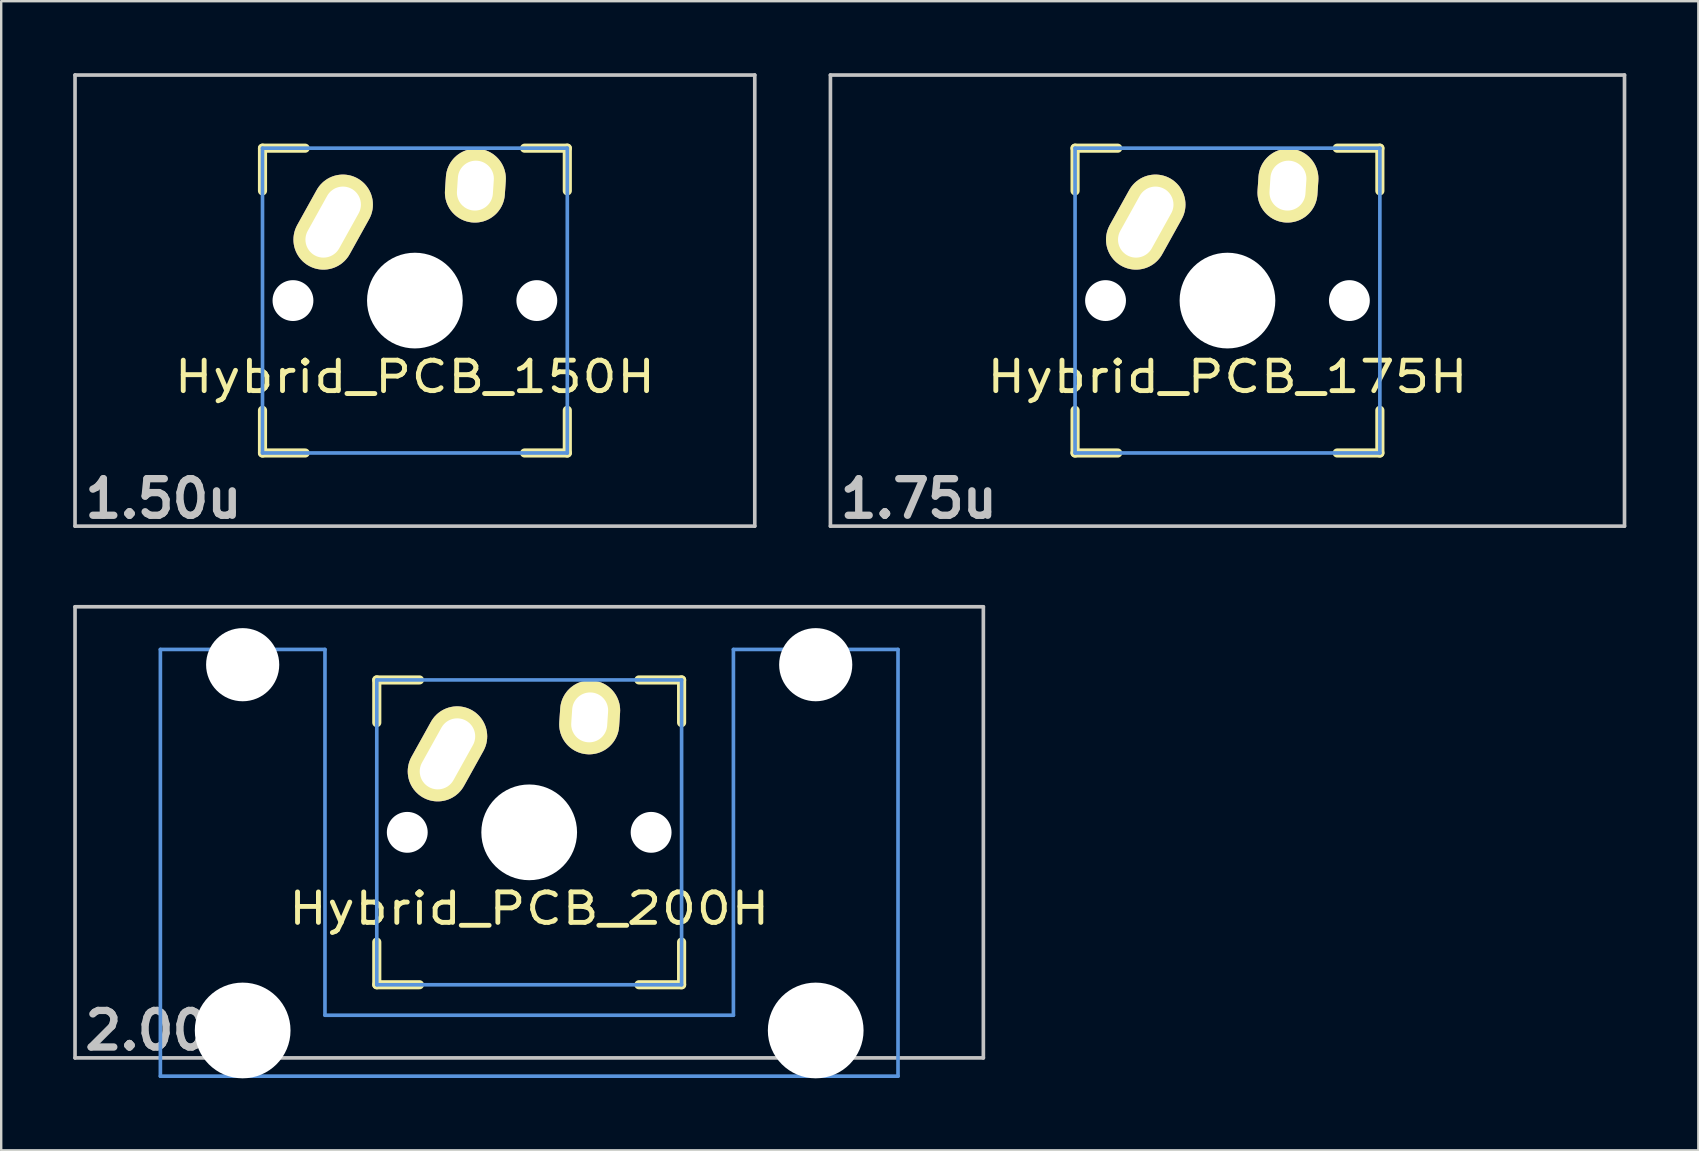
<source format=kicad_pcb>
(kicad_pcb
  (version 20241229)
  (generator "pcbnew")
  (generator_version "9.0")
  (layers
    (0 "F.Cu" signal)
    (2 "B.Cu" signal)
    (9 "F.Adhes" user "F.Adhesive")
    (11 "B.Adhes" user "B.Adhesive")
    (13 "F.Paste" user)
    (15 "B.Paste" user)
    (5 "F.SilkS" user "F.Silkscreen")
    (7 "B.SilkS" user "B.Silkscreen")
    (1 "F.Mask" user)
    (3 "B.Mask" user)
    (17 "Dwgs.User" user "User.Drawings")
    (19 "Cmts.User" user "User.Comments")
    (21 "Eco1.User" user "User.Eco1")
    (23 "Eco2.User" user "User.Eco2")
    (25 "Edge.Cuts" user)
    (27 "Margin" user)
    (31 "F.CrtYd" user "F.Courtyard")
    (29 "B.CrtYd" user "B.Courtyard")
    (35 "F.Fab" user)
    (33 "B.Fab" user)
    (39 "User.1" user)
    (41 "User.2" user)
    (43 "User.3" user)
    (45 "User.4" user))
  (footprint "Hybrid_PCB_175H"
    (layer "F.Cu")
    (at 48.093 9.474)
    (property "Reference" "Hybrid_PCB_175H" (at 0 3.175 0) (layer "F.SilkS") (effects (font (size 1.27 1.524) (thickness 0.203))))
    (attr through_hole)
    (fp_line (start -6.35 -6.35) (end -4.572 -6.35) (stroke (width 0.381) (type solid)) (layer "F.SilkS"))
    (fp_line (start -6.35 -4.572) (end -6.35 -6.35) (stroke (width 0.381) (type solid)) (layer "F.SilkS"))
    (fp_line (start -6.35 6.35) (end -6.35 4.572) (stroke (width 0.381) (type solid)) (layer "F.SilkS"))
    (fp_line (start -4.572 6.35) (end -6.35 6.35) (stroke (width 0.381) (type solid)) (layer "F.SilkS"))
    (fp_line (start 4.572 -6.35) (end 6.35 -6.35) (stroke (width 0.381) (type solid)) (layer "F.SilkS"))
    (fp_line (start 6.35 -6.35) (end 6.35 -4.572) (stroke (width 0.381) (type solid)) (layer "F.SilkS"))
    (fp_line (start 6.35 4.572) (end 6.35 6.35) (stroke (width 0.381) (type solid)) (layer "F.SilkS"))
    (fp_line (start 6.35 6.35) (end 4.572 6.35) (stroke (width 0.381) (type solid)) (layer "F.SilkS"))
    (fp_line (start -16.543 -9.398) (end 16.543 -9.398) (stroke (width 0.152) (type solid)) (layer "Dwgs.User"))
    (fp_line (start -16.543 9.398) (end -16.543 -9.398) (stroke (width 0.152) (type solid)) (layer "Dwgs.User"))
    (fp_line (start 16.543 -9.398) (end 16.543 9.398) (stroke (width 0.152) (type solid)) (layer "Dwgs.User"))
    (fp_line (start 16.543 9.398) (end -16.543 9.398) (stroke (width 0.152) (type solid)) (layer "Dwgs.User"))
    (fp_line (start -6.35 -6.35) (end 6.35 -6.35) (stroke (width 0.152) (type solid)) (layer "Cmts.User"))
    (fp_line (start -6.35 6.35) (end -6.35 -6.35) (stroke (width 0.152) (type solid)) (layer "Cmts.User"))
    (fp_line (start 6.35 -6.35) (end 6.35 6.35) (stroke (width 0.152) (type solid)) (layer "Cmts.User"))
    (fp_line (start 6.35 6.35) (end -6.35 6.35) (stroke (width 0.152) (type solid)) (layer "Cmts.User"))
    (fp_line (start -6.985 -6.985) (end 6.985 -6.985) (stroke (width 0.152) (type solid)) (layer "Eco2.User"))
    (fp_line (start -6.985 6.985) (end -6.985 -6.985) (stroke (width 0.152) (type solid)) (layer "Eco2.User"))
    (fp_line (start 6.985 -6.985) (end 6.985 6.985) (stroke (width 0.152) (type solid)) (layer "Eco2.User"))
    (fp_line (start 6.985 6.985) (end -6.985 6.985) (stroke (width 0.152) (type solid)) (layer "Eco2.User"))
    (fp_text user "1.75u" (at -12.86 8.255 0) (layer "Dwgs.User") (effects (font (size 1.524 1.524) (thickness 0.305))))
    (pad "" np_thru_hole circle (at -5.08 0) (size 1.702 1.702) (drill 1.702) (layers "*.Cu"))
    (pad "" np_thru_hole circle (at 0 0) (size 3.988 3.988) (drill 3.988) (layers "*.Cu"))
    (pad "" np_thru_hole circle (at 5.08 0) (size 1.702 1.702) (drill 1.702) (layers "*.Cu"))
    (pad "1" thru_hole oval (at -3.405 -3.27 330.95) (size 2.5 4.17) (drill oval 1.5 3.17) (layers "*.Cu" "*.Mask" "F.SilkS"))
    (pad "2" thru_hole oval (at 2.52 -4.79 356.1) (size 2.5 3.08) (drill oval 1.5 2.08) (layers "*.Cu" "*.Mask" "F.SilkS")))
  (footprint "Hybrid_PCB_200H"
    (layer "F.Cu")
    (at 18.999 31.63)
    (property "Reference" "Hybrid_PCB_200H" (at 0 3.175 0) (layer "F.SilkS") (effects (font (size 1.27 1.524) (thickness 0.203))))
    (attr through_hole)
    (fp_line (start -6.35 -6.35) (end -4.572 -6.35) (stroke (width 0.381) (type solid)) (layer "F.SilkS"))
    (fp_line (start -6.35 -4.572) (end -6.35 -6.35) (stroke (width 0.381) (type solid)) (layer "F.SilkS"))
    (fp_line (start -6.35 6.35) (end -6.35 4.572) (stroke (width 0.381) (type solid)) (layer "F.SilkS"))
    (fp_line (start -4.572 6.35) (end -6.35 6.35) (stroke (width 0.381) (type solid)) (layer "F.SilkS"))
    (fp_line (start 4.572 -6.35) (end 6.35 -6.35) (stroke (width 0.381) (type solid)) (layer "F.SilkS"))
    (fp_line (start 6.35 -6.35) (end 6.35 -4.572) (stroke (width 0.381) (type solid)) (layer "F.SilkS"))
    (fp_line (start 6.35 4.572) (end 6.35 6.35) (stroke (width 0.381) (type solid)) (layer "F.SilkS"))
    (fp_line (start 6.35 6.35) (end 4.572 6.35) (stroke (width 0.381) (type solid)) (layer "F.SilkS"))
    (fp_line (start -18.923 -9.398) (end 18.923 -9.398) (stroke (width 0.152) (type solid)) (layer "Dwgs.User"))
    (fp_line (start -18.923 9.398) (end -18.923 -9.398) (stroke (width 0.152) (type solid)) (layer "Dwgs.User"))
    (fp_line (start 18.923 -9.398) (end 18.923 9.398) (stroke (width 0.152) (type solid)) (layer "Dwgs.User"))
    (fp_line (start 18.923 9.398) (end -18.923 9.398) (stroke (width 0.152) (type solid)) (layer "Dwgs.User"))
    (fp_line (start -15.367 -7.62) (end -15.367 10.16) (stroke (width 0.152) (type solid)) (layer "Cmts.User"))
    (fp_line (start -15.367 10.16) (end 15.367 10.16) (stroke (width 0.152) (type solid)) (layer "Cmts.User"))
    (fp_line (start -8.509 -7.62) (end -15.367 -7.62) (stroke (width 0.152) (type solid)) (layer "Cmts.User"))
    (fp_line (start -8.509 7.62) (end -8.509 -7.62) (stroke (width 0.152) (type solid)) (layer "Cmts.User"))
    (fp_line (start -6.35 -6.35) (end 6.35 -6.35) (stroke (width 0.152) (type solid)) (layer "Cmts.User"))
    (fp_line (start -6.35 6.35) (end -6.35 -6.35) (stroke (width 0.152) (type solid)) (layer "Cmts.User"))
    (fp_line (start 6.35 -6.35) (end 6.35 6.35) (stroke (width 0.152) (type solid)) (layer "Cmts.User"))
    (fp_line (start 6.35 6.35) (end -6.35 6.35) (stroke (width 0.152) (type solid)) (layer "Cmts.User"))
    (fp_line (start 8.509 -7.62) (end 8.509 7.62) (stroke (width 0.152) (type solid)) (layer "Cmts.User"))
    (fp_line (start 8.509 7.62) (end -8.509 7.62) (stroke (width 0.152) (type solid)) (layer "Cmts.User"))
    (fp_line (start 15.367 -7.62) (end 8.509 -7.62) (stroke (width 0.152) (type solid)) (layer "Cmts.User"))
    (fp_line (start 15.367 10.16) (end 15.367 -7.62) (stroke (width 0.152) (type solid)) (layer "Cmts.User"))
    (fp_line (start -16.129 -2.286) (end -15.265 -2.286) (stroke (width 0.152) (type solid)) (layer "Eco2.User"))
    (fp_line (start -16.129 0.508) (end -16.129 -2.286) (stroke (width 0.152) (type solid)) (layer "Eco2.User"))
    (fp_line (start -15.265 -5.69) (end -8.611 -5.69) (stroke (width 0.152) (type solid)) (layer "Eco2.User"))
    (fp_line (start -15.265 -2.286) (end -15.265 -5.69) (stroke (width 0.152) (type solid)) (layer "Eco2.User"))
    (fp_line (start -15.265 0.508) (end -16.129 0.508) (stroke (width 0.152) (type solid)) (layer "Eco2.User"))
    (fp_line (start -15.265 6.604) (end -15.265 0.508) (stroke (width 0.152) (type solid)) (layer "Eco2.User"))
    (fp_line (start -14.224 6.604) (end -15.265 6.604) (stroke (width 0.152) (type solid)) (layer "Eco2.User"))
    (fp_line (start -14.224 7.772) (end -14.224 6.604) (stroke (width 0.152) (type solid)) (layer "Eco2.User"))
    (fp_line (start -9.652 6.604) (end -9.652 7.772) (stroke (width 0.152) (type solid)) (layer "Eco2.User"))
    (fp_line (start -9.652 7.772) (end -14.224 7.772) (stroke (width 0.152) (type solid)) (layer "Eco2.User"))
    (fp_line (start -8.611 -5.69) (end -8.611 -4.877) (stroke (width 0.152) (type solid)) (layer "Eco2.User"))
    (fp_line (start -8.611 -4.877) (end -6.985 -4.877) (stroke (width 0.152) (type solid)) (layer "Eco2.User"))
    (fp_line (start -8.611 5.817) (end -8.611 6.604) (stroke (width 0.152) (type solid)) (layer "Eco2.User"))
    (fp_line (start -8.611 6.604) (end -9.652 6.604) (stroke (width 0.152) (type solid)) (layer "Eco2.User"))
    (fp_line (start -6.985 -6.985) (end 6.985 -6.985) (stroke (width 0.152) (type solid)) (layer "Eco2.User"))
    (fp_line (start -6.985 -4.877) (end -6.985 -6.985) (stroke (width 0.152) (type solid)) (layer "Eco2.User"))
    (fp_line (start -6.985 5.817) (end -8.611 5.817) (stroke (width 0.152) (type solid)) (layer "Eco2.User"))
    (fp_line (start -6.985 6.985) (end -6.985 5.817) (stroke (width 0.152) (type solid)) (layer "Eco2.User"))
    (fp_line (start 6.985 -6.985) (end 6.985 -4.877) (stroke (width 0.152) (type solid)) (layer "Eco2.User"))
    (fp_line (start 6.985 -4.877) (end 8.611 -4.877) (stroke (width 0.152) (type solid)) (layer "Eco2.User"))
    (fp_line (start 6.985 5.817) (end 6.985 6.985) (stroke (width 0.152) (type solid)) (layer "Eco2.User"))
    (fp_line (start 6.985 6.985) (end -6.985 6.985) (stroke (width 0.152) (type solid)) (layer "Eco2.User"))
    (fp_line (start 8.611 -5.69) (end 15.265 -5.69) (stroke (width 0.152) (type solid)) (layer "Eco2.User"))
    (fp_line (start 8.611 -4.877) (end 8.611 -5.69) (stroke (width 0.152) (type solid)) (layer "Eco2.User"))
    (fp_line (start 8.611 5.817) (end 6.985 5.817) (stroke (width 0.152) (type solid)) (layer "Eco2.User"))
    (fp_line (start 8.611 6.604) (end 8.611 5.817) (stroke (width 0.152) (type solid)) (layer "Eco2.User"))
    (fp_line (start 9.652 6.604) (end 8.611 6.604) (stroke (width 0.152) (type solid)) (layer "Eco2.User"))
    (fp_line (start 9.652 7.772) (end 9.652 6.604) (stroke (width 0.152) (type solid)) (layer "Eco2.User"))
    (fp_line (start 14.224 6.604) (end 14.224 7.772) (stroke (width 0.152) (type solid)) (layer "Eco2.User"))
    (fp_line (start 14.224 7.772) (end 9.652 7.772) (stroke (width 0.152) (type solid)) (layer "Eco2.User"))
    (fp_line (start 15.265 -5.69) (end 15.265 -2.286) (stroke (width 0.152) (type solid)) (layer "Eco2.User"))
    (fp_line (start 15.265 -2.286) (end 16.129 -2.286) (stroke (width 0.152) (type solid)) (layer "Eco2.User"))
    (fp_line (start 15.265 0.508) (end 15.265 6.604) (stroke (width 0.152) (type solid)) (layer "Eco2.User"))
    (fp_line (start 15.265 6.604) (end 14.224 6.604) (stroke (width 0.152) (type solid)) (layer "Eco2.User"))
    (fp_line (start 16.129 -2.286) (end 16.129 0.508) (stroke (width 0.152) (type solid)) (layer "Eco2.User"))
    (fp_line (start 16.129 0.508) (end 15.265 0.508) (stroke (width 0.152) (type solid)) (layer "Eco2.User"))
    (fp_text user "2.00u" (at -15.24 8.255 0) (layer "Dwgs.User") (effects (font (size 1.524 1.524) (thickness 0.305))))
    (pad "" np_thru_hole circle (at -11.938 -6.985) (size 3.048 3.048) (drill 3.048) (layers "*.Cu"))
    (pad "" np_thru_hole circle (at -11.938 8.255) (size 3.988 3.988) (drill 3.988) (layers "*.Cu"))
    (pad "" np_thru_hole circle (at -5.08 0) (size 1.702 1.702) (drill 1.702) (layers "*.Cu"))
    (pad "" np_thru_hole circle (at 0 0) (size 3.988 3.988) (drill 3.988) (layers "*.Cu"))
    (pad "" np_thru_hole circle (at 5.08 0) (size 1.702 1.702) (drill 1.702) (layers "*.Cu"))
    (pad "" np_thru_hole circle (at 11.938 -6.985) (size 3.048 3.048) (drill 3.048) (layers "*.Cu"))
    (pad "" np_thru_hole circle (at 11.938 8.255) (size 3.988 3.988) (drill 3.988) (layers "*.Cu"))
    (pad "1" thru_hole oval (at -3.405 -3.27 330.95) (size 2.5 4.17) (drill oval 1.5 3.17) (layers "*.Cu" "*.Mask" "F.SilkS"))
    (pad "2" thru_hole oval (at 2.52 -4.79 356.1) (size 2.5 3.08) (drill oval 1.5 2.08) (layers "*.Cu" "*.Mask" "F.SilkS")))
  (footprint "Hybrid_PCB_150H"
    (layer "F.Cu")
    (at 14.237 9.474)
    (property "Reference" "Hybrid_PCB_150H" (at 0 3.175 0) (layer "F.SilkS") (effects (font (size 1.27 1.524) (thickness 0.203))))
    (attr through_hole)
    (fp_line (start -6.35 -6.35) (end -4.572 -6.35) (stroke (width 0.381) (type solid)) (layer "F.SilkS"))
    (fp_line (start -6.35 -4.572) (end -6.35 -6.35) (stroke (width 0.381) (type solid)) (layer "F.SilkS"))
    (fp_line (start -6.35 6.35) (end -6.35 4.572) (stroke (width 0.381) (type solid)) (layer "F.SilkS"))
    (fp_line (start -4.572 6.35) (end -6.35 6.35) (stroke (width 0.381) (type solid)) (layer "F.SilkS"))
    (fp_line (start 4.572 -6.35) (end 6.35 -6.35) (stroke (width 0.381) (type solid)) (layer "F.SilkS"))
    (fp_line (start 6.35 -6.35) (end 6.35 -4.572) (stroke (width 0.381) (type solid)) (layer "F.SilkS"))
    (fp_line (start 6.35 4.572) (end 6.35 6.35) (stroke (width 0.381) (type solid)) (layer "F.SilkS"))
    (fp_line (start 6.35 6.35) (end 4.572 6.35) (stroke (width 0.381) (type solid)) (layer "F.SilkS"))
    (fp_line (start -14.161 -9.398) (end 14.161 -9.398) (stroke (width 0.152) (type solid)) (layer "Dwgs.User"))
    (fp_line (start -14.161 9.398) (end -14.161 -9.398) (stroke (width 0.152) (type solid)) (layer "Dwgs.User"))
    (fp_line (start 14.161 -9.398) (end 14.161 9.398) (stroke (width 0.152) (type solid)) (layer "Dwgs.User"))
    (fp_line (start 14.161 9.398) (end -14.161 9.398) (stroke (width 0.152) (type solid)) (layer "Dwgs.User"))
    (fp_line (start -6.35 -6.35) (end 6.35 -6.35) (stroke (width 0.152) (type solid)) (layer "Cmts.User"))
    (fp_line (start -6.35 6.35) (end -6.35 -6.35) (stroke (width 0.152) (type solid)) (layer "Cmts.User"))
    (fp_line (start 6.35 -6.35) (end 6.35 6.35) (stroke (width 0.152) (type solid)) (layer "Cmts.User"))
    (fp_line (start 6.35 6.35) (end -6.35 6.35) (stroke (width 0.152) (type solid)) (layer "Cmts.User"))
    (fp_line (start -6.985 -6.985) (end 6.985 -6.985) (stroke (width 0.152) (type solid)) (layer "Eco2.User"))
    (fp_line (start -6.985 6.985) (end -6.985 -6.985) (stroke (width 0.152) (type solid)) (layer "Eco2.User"))
    (fp_line (start 6.985 -6.985) (end 6.985 6.985) (stroke (width 0.152) (type solid)) (layer "Eco2.User"))
    (fp_line (start 6.985 6.985) (end -6.985 6.985) (stroke (width 0.152) (type solid)) (layer "Eco2.User"))
    (fp_text user "1.50u" (at -10.477 8.255 0) (layer "Dwgs.User") (effects (font (size 1.524 1.524) (thickness 0.305))))
    (pad "" np_thru_hole circle (at -5.08 0) (size 1.702 1.702) (drill 1.702) (layers "*.Cu"))
    (pad "" np_thru_hole circle (at 0 0) (size 3.988 3.988) (drill 3.988) (layers "*.Cu"))
    (pad "" np_thru_hole circle (at 5.08 0) (size 1.702 1.702) (drill 1.702) (layers "*.Cu"))
    (pad "1" thru_hole oval (at -3.405 -3.27 330.95) (size 2.5 4.17) (drill oval 1.5 3.17) (layers "*.Cu" "*.Mask" "F.SilkS"))
    (pad "2" thru_hole oval (at 2.52 -4.79 356.1) (size 2.5 3.08) (drill oval 1.5 2.08) (layers "*.Cu" "*.Mask" "F.SilkS")))
  (gr_rect
    (start -3 -3)
    (end 67.712 44.879)
    (stroke (width 0.1) (type default))
    (fill no)
    (layer "Edge.Cuts")))
</source>
